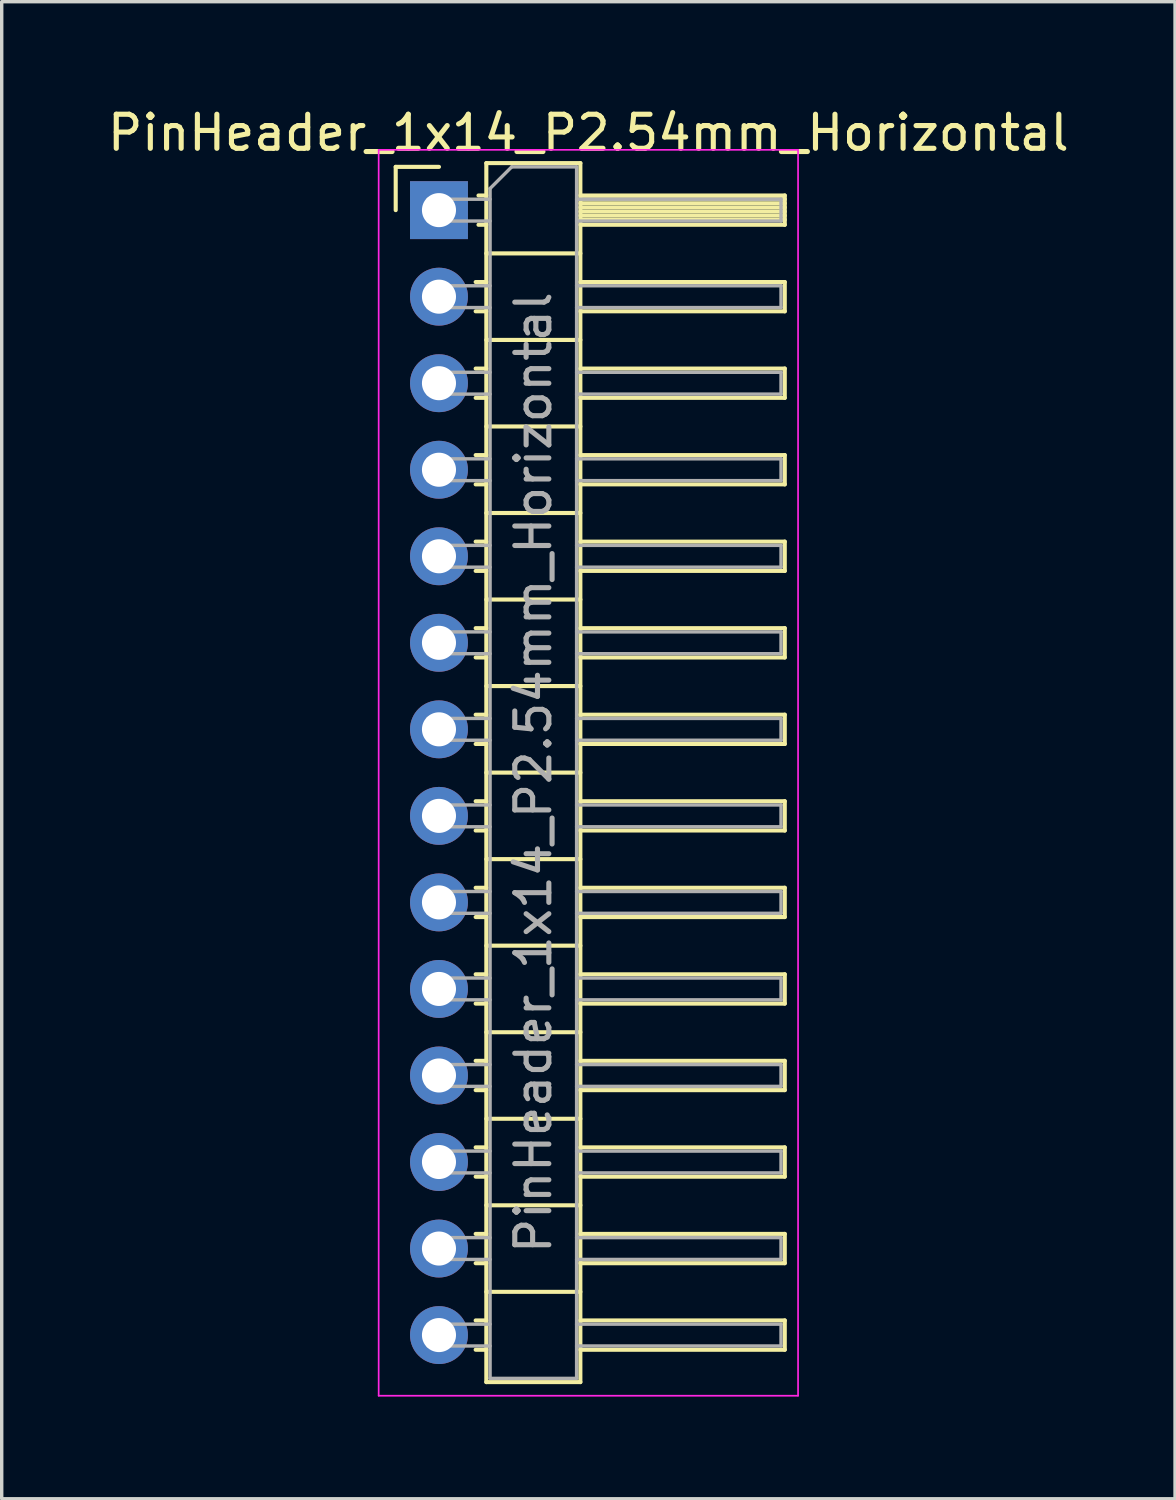
<source format=kicad_pcb>
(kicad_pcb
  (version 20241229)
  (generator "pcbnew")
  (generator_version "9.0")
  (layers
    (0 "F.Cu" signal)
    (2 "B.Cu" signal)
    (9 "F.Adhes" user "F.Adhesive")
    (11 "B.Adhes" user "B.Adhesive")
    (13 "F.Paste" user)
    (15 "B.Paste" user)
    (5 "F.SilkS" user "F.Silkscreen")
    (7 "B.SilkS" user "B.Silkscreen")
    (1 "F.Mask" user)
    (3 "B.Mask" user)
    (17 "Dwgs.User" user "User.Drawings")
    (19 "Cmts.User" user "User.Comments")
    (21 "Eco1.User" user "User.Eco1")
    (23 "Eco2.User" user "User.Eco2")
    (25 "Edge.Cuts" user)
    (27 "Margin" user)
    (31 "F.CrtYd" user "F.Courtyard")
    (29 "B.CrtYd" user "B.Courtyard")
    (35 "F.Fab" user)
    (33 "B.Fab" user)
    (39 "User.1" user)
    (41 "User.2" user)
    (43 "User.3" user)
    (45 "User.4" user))
  (footprint "PinHeader_1x14_P2.54mm_Horizontal"
    (layer "F.Cu")
    (at 9.835 3.118)
    (property "Reference" "PinHeader_1x14_P2.54mm_Horizontal" (at 4.385 -2.27 0) (layer "F.SilkS") (effects (font (size 1 1) (thickness 0.15))))
    (attr through_hole)
    (fp_line (start -1.27 -1.27) (end 0 -1.27) (stroke (width 0.12) (type solid)) (layer "F.SilkS"))
    (fp_line (start -1.27 0) (end -1.27 -1.27) (stroke (width 0.12) (type solid)) (layer "F.SilkS"))
    (fp_line (start 1.077 2.11) (end 1.39 2.11) (stroke (width 0.12) (type solid)) (layer "F.SilkS"))
    (fp_line (start 1.077 2.97) (end 1.39 2.97) (stroke (width 0.12) (type solid)) (layer "F.SilkS"))
    (fp_line (start 1.077 4.65) (end 1.39 4.65) (stroke (width 0.12) (type solid)) (layer "F.SilkS"))
    (fp_line (start 1.077 5.51) (end 1.39 5.51) (stroke (width 0.12) (type solid)) (layer "F.SilkS"))
    (fp_line (start 1.077 7.19) (end 1.39 7.19) (stroke (width 0.12) (type solid)) (layer "F.SilkS"))
    (fp_line (start 1.077 8.05) (end 1.39 8.05) (stroke (width 0.12) (type solid)) (layer "F.SilkS"))
    (fp_line (start 1.077 9.73) (end 1.39 9.73) (stroke (width 0.12) (type solid)) (layer "F.SilkS"))
    (fp_line (start 1.077 10.59) (end 1.39 10.59) (stroke (width 0.12) (type solid)) (layer "F.SilkS"))
    (fp_line (start 1.077 12.27) (end 1.39 12.27) (stroke (width 0.12) (type solid)) (layer "F.SilkS"))
    (fp_line (start 1.077 13.13) (end 1.39 13.13) (stroke (width 0.12) (type solid)) (layer "F.SilkS"))
    (fp_line (start 1.077 14.81) (end 1.39 14.81) (stroke (width 0.12) (type solid)) (layer "F.SilkS"))
    (fp_line (start 1.077 15.67) (end 1.39 15.67) (stroke (width 0.12) (type solid)) (layer "F.SilkS"))
    (fp_line (start 1.077 17.35) (end 1.39 17.35) (stroke (width 0.12) (type solid)) (layer "F.SilkS"))
    (fp_line (start 1.077 18.21) (end 1.39 18.21) (stroke (width 0.12) (type solid)) (layer "F.SilkS"))
    (fp_line (start 1.077 19.89) (end 1.39 19.89) (stroke (width 0.12) (type solid)) (layer "F.SilkS"))
    (fp_line (start 1.077 20.75) (end 1.39 20.75) (stroke (width 0.12) (type solid)) (layer "F.SilkS"))
    (fp_line (start 1.077 22.43) (end 1.39 22.43) (stroke (width 0.12) (type solid)) (layer "F.SilkS"))
    (fp_line (start 1.077 23.29) (end 1.39 23.29) (stroke (width 0.12) (type solid)) (layer "F.SilkS"))
    (fp_line (start 1.077 24.97) (end 1.39 24.97) (stroke (width 0.12) (type solid)) (layer "F.SilkS"))
    (fp_line (start 1.077 25.83) (end 1.39 25.83) (stroke (width 0.12) (type solid)) (layer "F.SilkS"))
    (fp_line (start 1.077 27.51) (end 1.39 27.51) (stroke (width 0.12) (type solid)) (layer "F.SilkS"))
    (fp_line (start 1.077 28.37) (end 1.39 28.37) (stroke (width 0.12) (type solid)) (layer "F.SilkS"))
    (fp_line (start 1.077 30.05) (end 1.39 30.05) (stroke (width 0.12) (type solid)) (layer "F.SilkS"))
    (fp_line (start 1.077 30.91) (end 1.39 30.91) (stroke (width 0.12) (type solid)) (layer "F.SilkS"))
    (fp_line (start 1.077 32.59) (end 1.39 32.59) (stroke (width 0.12) (type solid)) (layer "F.SilkS"))
    (fp_line (start 1.077 33.45) (end 1.39 33.45) (stroke (width 0.12) (type solid)) (layer "F.SilkS"))
    (fp_line (start 1.16 -0.43) (end 1.39 -0.43) (stroke (width 0.12) (type solid)) (layer "F.SilkS"))
    (fp_line (start 1.16 0.43) (end 1.39 0.43) (stroke (width 0.12) (type solid)) (layer "F.SilkS"))
    (fp_line (start 1.39 -1.38) (end 1.39 34.4) (stroke (width 0.12) (type solid)) (layer "F.SilkS"))
    (fp_line (start 1.39 1.27) (end 4.15 1.27) (stroke (width 0.12) (type solid)) (layer "F.SilkS"))
    (fp_line (start 1.39 3.81) (end 4.15 3.81) (stroke (width 0.12) (type solid)) (layer "F.SilkS"))
    (fp_line (start 1.39 6.35) (end 4.15 6.35) (stroke (width 0.12) (type solid)) (layer "F.SilkS"))
    (fp_line (start 1.39 8.89) (end 4.15 8.89) (stroke (width 0.12) (type solid)) (layer "F.SilkS"))
    (fp_line (start 1.39 11.43) (end 4.15 11.43) (stroke (width 0.12) (type solid)) (layer "F.SilkS"))
    (fp_line (start 1.39 13.97) (end 4.15 13.97) (stroke (width 0.12) (type solid)) (layer "F.SilkS"))
    (fp_line (start 1.39 16.51) (end 4.15 16.51) (stroke (width 0.12) (type solid)) (layer "F.SilkS"))
    (fp_line (start 1.39 19.05) (end 4.15 19.05) (stroke (width 0.12) (type solid)) (layer "F.SilkS"))
    (fp_line (start 1.39 21.59) (end 4.15 21.59) (stroke (width 0.12) (type solid)) (layer "F.SilkS"))
    (fp_line (start 1.39 24.13) (end 4.15 24.13) (stroke (width 0.12) (type solid)) (layer "F.SilkS"))
    (fp_line (start 1.39 26.67) (end 4.15 26.67) (stroke (width 0.12) (type solid)) (layer "F.SilkS"))
    (fp_line (start 1.39 29.21) (end 4.15 29.21) (stroke (width 0.12) (type solid)) (layer "F.SilkS"))
    (fp_line (start 1.39 31.75) (end 4.15 31.75) (stroke (width 0.12) (type solid)) (layer "F.SilkS"))
    (fp_line (start 1.39 34.4) (end 4.15 34.4) (stroke (width 0.12) (type solid)) (layer "F.SilkS"))
    (fp_line (start 4.15 -1.38) (end 1.39 -1.38) (stroke (width 0.12) (type solid)) (layer "F.SilkS"))
    (fp_line (start 4.15 -0.43) (end 10.15 -0.43) (stroke (width 0.12) (type solid)) (layer "F.SilkS"))
    (fp_line (start 4.15 -0.32) (end 10.15 -0.32) (stroke (width 0.12) (type solid)) (layer "F.SilkS"))
    (fp_line (start 4.15 -0.2) (end 10.15 -0.2) (stroke (width 0.12) (type solid)) (layer "F.SilkS"))
    (fp_line (start 4.15 -0.08) (end 10.15 -0.08) (stroke (width 0.12) (type solid)) (layer "F.SilkS"))
    (fp_line (start 4.15 0.04) (end 10.15 0.04) (stroke (width 0.12) (type solid)) (layer "F.SilkS"))
    (fp_line (start 4.15 0.16) (end 10.15 0.16) (stroke (width 0.12) (type solid)) (layer "F.SilkS"))
    (fp_line (start 4.15 0.28) (end 10.15 0.28) (stroke (width 0.12) (type solid)) (layer "F.SilkS"))
    (fp_line (start 4.15 2.11) (end 10.15 2.11) (stroke (width 0.12) (type solid)) (layer "F.SilkS"))
    (fp_line (start 4.15 4.65) (end 10.15 4.65) (stroke (width 0.12) (type solid)) (layer "F.SilkS"))
    (fp_line (start 4.15 7.19) (end 10.15 7.19) (stroke (width 0.12) (type solid)) (layer "F.SilkS"))
    (fp_line (start 4.15 9.73) (end 10.15 9.73) (stroke (width 0.12) (type solid)) (layer "F.SilkS"))
    (fp_line (start 4.15 12.27) (end 10.15 12.27) (stroke (width 0.12) (type solid)) (layer "F.SilkS"))
    (fp_line (start 4.15 14.81) (end 10.15 14.81) (stroke (width 0.12) (type solid)) (layer "F.SilkS"))
    (fp_line (start 4.15 17.35) (end 10.15 17.35) (stroke (width 0.12) (type solid)) (layer "F.SilkS"))
    (fp_line (start 4.15 19.89) (end 10.15 19.89) (stroke (width 0.12) (type solid)) (layer "F.SilkS"))
    (fp_line (start 4.15 22.43) (end 10.15 22.43) (stroke (width 0.12) (type solid)) (layer "F.SilkS"))
    (fp_line (start 4.15 24.97) (end 10.15 24.97) (stroke (width 0.12) (type solid)) (layer "F.SilkS"))
    (fp_line (start 4.15 27.51) (end 10.15 27.51) (stroke (width 0.12) (type solid)) (layer "F.SilkS"))
    (fp_line (start 4.15 30.05) (end 10.15 30.05) (stroke (width 0.12) (type solid)) (layer "F.SilkS"))
    (fp_line (start 4.15 32.59) (end 10.15 32.59) (stroke (width 0.12) (type solid)) (layer "F.SilkS"))
    (fp_line (start 4.15 34.4) (end 4.15 -1.38) (stroke (width 0.12) (type solid)) (layer "F.SilkS"))
    (fp_line (start 10.15 -0.43) (end 10.15 0.43) (stroke (width 0.12) (type solid)) (layer "F.SilkS"))
    (fp_line (start 10.15 0.43) (end 4.15 0.43) (stroke (width 0.12) (type solid)) (layer "F.SilkS"))
    (fp_line (start 10.15 2.11) (end 10.15 2.97) (stroke (width 0.12) (type solid)) (layer "F.SilkS"))
    (fp_line (start 10.15 2.97) (end 4.15 2.97) (stroke (width 0.12) (type solid)) (layer "F.SilkS"))
    (fp_line (start 10.15 4.65) (end 10.15 5.51) (stroke (width 0.12) (type solid)) (layer "F.SilkS"))
    (fp_line (start 10.15 5.51) (end 4.15 5.51) (stroke (width 0.12) (type solid)) (layer "F.SilkS"))
    (fp_line (start 10.15 7.19) (end 10.15 8.05) (stroke (width 0.12) (type solid)) (layer "F.SilkS"))
    (fp_line (start 10.15 8.05) (end 4.15 8.05) (stroke (width 0.12) (type solid)) (layer "F.SilkS"))
    (fp_line (start 10.15 9.73) (end 10.15 10.59) (stroke (width 0.12) (type solid)) (layer "F.SilkS"))
    (fp_line (start 10.15 10.59) (end 4.15 10.59) (stroke (width 0.12) (type solid)) (layer "F.SilkS"))
    (fp_line (start 10.15 12.27) (end 10.15 13.13) (stroke (width 0.12) (type solid)) (layer "F.SilkS"))
    (fp_line (start 10.15 13.13) (end 4.15 13.13) (stroke (width 0.12) (type solid)) (layer "F.SilkS"))
    (fp_line (start 10.15 14.81) (end 10.15 15.67) (stroke (width 0.12) (type solid)) (layer "F.SilkS"))
    (fp_line (start 10.15 15.67) (end 4.15 15.67) (stroke (width 0.12) (type solid)) (layer "F.SilkS"))
    (fp_line (start 10.15 17.35) (end 10.15 18.21) (stroke (width 0.12) (type solid)) (layer "F.SilkS"))
    (fp_line (start 10.15 18.21) (end 4.15 18.21) (stroke (width 0.12) (type solid)) (layer "F.SilkS"))
    (fp_line (start 10.15 19.89) (end 10.15 20.75) (stroke (width 0.12) (type solid)) (layer "F.SilkS"))
    (fp_line (start 10.15 20.75) (end 4.15 20.75) (stroke (width 0.12) (type solid)) (layer "F.SilkS"))
    (fp_line (start 10.15 22.43) (end 10.15 23.29) (stroke (width 0.12) (type solid)) (layer "F.SilkS"))
    (fp_line (start 10.15 23.29) (end 4.15 23.29) (stroke (width 0.12) (type solid)) (layer "F.SilkS"))
    (fp_line (start 10.15 24.97) (end 10.15 25.83) (stroke (width 0.12) (type solid)) (layer "F.SilkS"))
    (fp_line (start 10.15 25.83) (end 4.15 25.83) (stroke (width 0.12) (type solid)) (layer "F.SilkS"))
    (fp_line (start 10.15 27.51) (end 10.15 28.37) (stroke (width 0.12) (type solid)) (layer "F.SilkS"))
    (fp_line (start 10.15 28.37) (end 4.15 28.37) (stroke (width 0.12) (type solid)) (layer "F.SilkS"))
    (fp_line (start 10.15 30.05) (end 10.15 30.91) (stroke (width 0.12) (type solid)) (layer "F.SilkS"))
    (fp_line (start 10.15 30.91) (end 4.15 30.91) (stroke (width 0.12) (type solid)) (layer "F.SilkS"))
    (fp_line (start 10.15 32.59) (end 10.15 33.45) (stroke (width 0.12) (type solid)) (layer "F.SilkS"))
    (fp_line (start 10.15 33.45) (end 4.15 33.45) (stroke (width 0.12) (type solid)) (layer "F.SilkS"))
    (fp_line (start -1.77 -1.77) (end -1.77 34.8) (stroke (width 0.05) (type solid)) (layer "F.CrtYd"))
    (fp_line (start -1.77 34.8) (end 10.54 34.8) (stroke (width 0.05) (type solid)) (layer "F.CrtYd"))
    (fp_line (start 10.54 -1.77) (end -1.77 -1.77) (stroke (width 0.05) (type solid)) (layer "F.CrtYd"))
    (fp_line (start 10.54 34.8) (end 10.54 -1.77) (stroke (width 0.05) (type solid)) (layer "F.CrtYd"))
    (fp_line (start -0.32 -0.32) (end -0.32 0.32) (stroke (width 0.1) (type solid)) (layer "F.Fab"))
    (fp_line (start -0.32 -0.32) (end 1.5 -0.32) (stroke (width 0.1) (type solid)) (layer "F.Fab"))
    (fp_line (start -0.32 0.32) (end 1.5 0.32) (stroke (width 0.1) (type solid)) (layer "F.Fab"))
    (fp_line (start -0.32 2.22) (end -0.32 2.86) (stroke (width 0.1) (type solid)) (layer "F.Fab"))
    (fp_line (start -0.32 2.22) (end 1.5 2.22) (stroke (width 0.1) (type solid)) (layer "F.Fab"))
    (fp_line (start -0.32 2.86) (end 1.5 2.86) (stroke (width 0.1) (type solid)) (layer "F.Fab"))
    (fp_line (start -0.32 4.76) (end -0.32 5.4) (stroke (width 0.1) (type solid)) (layer "F.Fab"))
    (fp_line (start -0.32 4.76) (end 1.5 4.76) (stroke (width 0.1) (type solid)) (layer "F.Fab"))
    (fp_line (start -0.32 5.4) (end 1.5 5.4) (stroke (width 0.1) (type solid)) (layer "F.Fab"))
    (fp_line (start -0.32 7.3) (end -0.32 7.94) (stroke (width 0.1) (type solid)) (layer "F.Fab"))
    (fp_line (start -0.32 7.3) (end 1.5 7.3) (stroke (width 0.1) (type solid)) (layer "F.Fab"))
    (fp_line (start -0.32 7.94) (end 1.5 7.94) (stroke (width 0.1) (type solid)) (layer "F.Fab"))
    (fp_line (start -0.32 9.84) (end -0.32 10.48) (stroke (width 0.1) (type solid)) (layer "F.Fab"))
    (fp_line (start -0.32 9.84) (end 1.5 9.84) (stroke (width 0.1) (type solid)) (layer "F.Fab"))
    (fp_line (start -0.32 10.48) (end 1.5 10.48) (stroke (width 0.1) (type solid)) (layer "F.Fab"))
    (fp_line (start -0.32 12.38) (end -0.32 13.02) (stroke (width 0.1) (type solid)) (layer "F.Fab"))
    (fp_line (start -0.32 12.38) (end 1.5 12.38) (stroke (width 0.1) (type solid)) (layer "F.Fab"))
    (fp_line (start -0.32 13.02) (end 1.5 13.02) (stroke (width 0.1) (type solid)) (layer "F.Fab"))
    (fp_line (start -0.32 14.92) (end -0.32 15.56) (stroke (width 0.1) (type solid)) (layer "F.Fab"))
    (fp_line (start -0.32 14.92) (end 1.5 14.92) (stroke (width 0.1) (type solid)) (layer "F.Fab"))
    (fp_line (start -0.32 15.56) (end 1.5 15.56) (stroke (width 0.1) (type solid)) (layer "F.Fab"))
    (fp_line (start -0.32 17.46) (end -0.32 18.1) (stroke (width 0.1) (type solid)) (layer "F.Fab"))
    (fp_line (start -0.32 17.46) (end 1.5 17.46) (stroke (width 0.1) (type solid)) (layer "F.Fab"))
    (fp_line (start -0.32 18.1) (end 1.5 18.1) (stroke (width 0.1) (type solid)) (layer "F.Fab"))
    (fp_line (start -0.32 20) (end -0.32 20.64) (stroke (width 0.1) (type solid)) (layer "F.Fab"))
    (fp_line (start -0.32 20) (end 1.5 20) (stroke (width 0.1) (type solid)) (layer "F.Fab"))
    (fp_line (start -0.32 20.64) (end 1.5 20.64) (stroke (width 0.1) (type solid)) (layer "F.Fab"))
    (fp_line (start -0.32 22.54) (end -0.32 23.18) (stroke (width 0.1) (type solid)) (layer "F.Fab"))
    (fp_line (start -0.32 22.54) (end 1.5 22.54) (stroke (width 0.1) (type solid)) (layer "F.Fab"))
    (fp_line (start -0.32 23.18) (end 1.5 23.18) (stroke (width 0.1) (type solid)) (layer "F.Fab"))
    (fp_line (start -0.32 25.08) (end -0.32 25.72) (stroke (width 0.1) (type solid)) (layer "F.Fab"))
    (fp_line (start -0.32 25.08) (end 1.5 25.08) (stroke (width 0.1) (type solid)) (layer "F.Fab"))
    (fp_line (start -0.32 25.72) (end 1.5 25.72) (stroke (width 0.1) (type solid)) (layer "F.Fab"))
    (fp_line (start -0.32 27.62) (end -0.32 28.26) (stroke (width 0.1) (type solid)) (layer "F.Fab"))
    (fp_line (start -0.32 27.62) (end 1.5 27.62) (stroke (width 0.1) (type solid)) (layer "F.Fab"))
    (fp_line (start -0.32 28.26) (end 1.5 28.26) (stroke (width 0.1) (type solid)) (layer "F.Fab"))
    (fp_line (start -0.32 30.16) (end -0.32 30.8) (stroke (width 0.1) (type solid)) (layer "F.Fab"))
    (fp_line (start -0.32 30.16) (end 1.5 30.16) (stroke (width 0.1) (type solid)) (layer "F.Fab"))
    (fp_line (start -0.32 30.8) (end 1.5 30.8) (stroke (width 0.1) (type solid)) (layer "F.Fab"))
    (fp_line (start -0.32 32.7) (end -0.32 33.34) (stroke (width 0.1) (type solid)) (layer "F.Fab"))
    (fp_line (start -0.32 32.7) (end 1.5 32.7) (stroke (width 0.1) (type solid)) (layer "F.Fab"))
    (fp_line (start -0.32 33.34) (end 1.5 33.34) (stroke (width 0.1) (type solid)) (layer "F.Fab"))
    (fp_line (start 1.5 -0.635) (end 2.135 -1.27) (stroke (width 0.1) (type solid)) (layer "F.Fab"))
    (fp_line (start 1.5 34.29) (end 1.5 -0.635) (stroke (width 0.1) (type solid)) (layer "F.Fab"))
    (fp_line (start 2.135 -1.27) (end 4.04 -1.27) (stroke (width 0.1) (type solid)) (layer "F.Fab"))
    (fp_line (start 4.04 -1.27) (end 4.04 34.29) (stroke (width 0.1) (type solid)) (layer "F.Fab"))
    (fp_line (start 4.04 -0.32) (end 10.04 -0.32) (stroke (width 0.1) (type solid)) (layer "F.Fab"))
    (fp_line (start 4.04 0.32) (end 10.04 0.32) (stroke (width 0.1) (type solid)) (layer "F.Fab"))
    (fp_line (start 4.04 2.22) (end 10.04 2.22) (stroke (width 0.1) (type solid)) (layer "F.Fab"))
    (fp_line (start 4.04 2.86) (end 10.04 2.86) (stroke (width 0.1) (type solid)) (layer "F.Fab"))
    (fp_line (start 4.04 4.76) (end 10.04 4.76) (stroke (width 0.1) (type solid)) (layer "F.Fab"))
    (fp_line (start 4.04 5.4) (end 10.04 5.4) (stroke (width 0.1) (type solid)) (layer "F.Fab"))
    (fp_line (start 4.04 7.3) (end 10.04 7.3) (stroke (width 0.1) (type solid)) (layer "F.Fab"))
    (fp_line (start 4.04 7.94) (end 10.04 7.94) (stroke (width 0.1) (type solid)) (layer "F.Fab"))
    (fp_line (start 4.04 9.84) (end 10.04 9.84) (stroke (width 0.1) (type solid)) (layer "F.Fab"))
    (fp_line (start 4.04 10.48) (end 10.04 10.48) (stroke (width 0.1) (type solid)) (layer "F.Fab"))
    (fp_line (start 4.04 12.38) (end 10.04 12.38) (stroke (width 0.1) (type solid)) (layer "F.Fab"))
    (fp_line (start 4.04 13.02) (end 10.04 13.02) (stroke (width 0.1) (type solid)) (layer "F.Fab"))
    (fp_line (start 4.04 14.92) (end 10.04 14.92) (stroke (width 0.1) (type solid)) (layer "F.Fab"))
    (fp_line (start 4.04 15.56) (end 10.04 15.56) (stroke (width 0.1) (type solid)) (layer "F.Fab"))
    (fp_line (start 4.04 17.46) (end 10.04 17.46) (stroke (width 0.1) (type solid)) (layer "F.Fab"))
    (fp_line (start 4.04 18.1) (end 10.04 18.1) (stroke (width 0.1) (type solid)) (layer "F.Fab"))
    (fp_line (start 4.04 20) (end 10.04 20) (stroke (width 0.1) (type solid)) (layer "F.Fab"))
    (fp_line (start 4.04 20.64) (end 10.04 20.64) (stroke (width 0.1) (type solid)) (layer "F.Fab"))
    (fp_line (start 4.04 22.54) (end 10.04 22.54) (stroke (width 0.1) (type solid)) (layer "F.Fab"))
    (fp_line (start 4.04 23.18) (end 10.04 23.18) (stroke (width 0.1) (type solid)) (layer "F.Fab"))
    (fp_line (start 4.04 25.08) (end 10.04 25.08) (stroke (width 0.1) (type solid)) (layer "F.Fab"))
    (fp_line (start 4.04 25.72) (end 10.04 25.72) (stroke (width 0.1) (type solid)) (layer "F.Fab"))
    (fp_line (start 4.04 27.62) (end 10.04 27.62) (stroke (width 0.1) (type solid)) (layer "F.Fab"))
    (fp_line (start 4.04 28.26) (end 10.04 28.26) (stroke (width 0.1) (type solid)) (layer "F.Fab"))
    (fp_line (start 4.04 30.16) (end 10.04 30.16) (stroke (width 0.1) (type solid)) (layer "F.Fab"))
    (fp_line (start 4.04 30.8) (end 10.04 30.8) (stroke (width 0.1) (type solid)) (layer "F.Fab"))
    (fp_line (start 4.04 32.7) (end 10.04 32.7) (stroke (width 0.1) (type solid)) (layer "F.Fab"))
    (fp_line (start 4.04 33.34) (end 10.04 33.34) (stroke (width 0.1) (type solid)) (layer "F.Fab"))
    (fp_line (start 4.04 34.29) (end 1.5 34.29) (stroke (width 0.1) (type solid)) (layer "F.Fab"))
    (fp_line (start 10.04 -0.32) (end 10.04 0.32) (stroke (width 0.1) (type solid)) (layer "F.Fab"))
    (fp_line (start 10.04 2.22) (end 10.04 2.86) (stroke (width 0.1) (type solid)) (layer "F.Fab"))
    (fp_line (start 10.04 4.76) (end 10.04 5.4) (stroke (width 0.1) (type solid)) (layer "F.Fab"))
    (fp_line (start 10.04 7.3) (end 10.04 7.94) (stroke (width 0.1) (type solid)) (layer "F.Fab"))
    (fp_line (start 10.04 9.84) (end 10.04 10.48) (stroke (width 0.1) (type solid)) (layer "F.Fab"))
    (fp_line (start 10.04 12.38) (end 10.04 13.02) (stroke (width 0.1) (type solid)) (layer "F.Fab"))
    (fp_line (start 10.04 14.92) (end 10.04 15.56) (stroke (width 0.1) (type solid)) (layer "F.Fab"))
    (fp_line (start 10.04 17.46) (end 10.04 18.1) (stroke (width 0.1) (type solid)) (layer "F.Fab"))
    (fp_line (start 10.04 20) (end 10.04 20.64) (stroke (width 0.1) (type solid)) (layer "F.Fab"))
    (fp_line (start 10.04 22.54) (end 10.04 23.18) (stroke (width 0.1) (type solid)) (layer "F.Fab"))
    (fp_line (start 10.04 25.08) (end 10.04 25.72) (stroke (width 0.1) (type solid)) (layer "F.Fab"))
    (fp_line (start 10.04 27.62) (end 10.04 28.26) (stroke (width 0.1) (type solid)) (layer "F.Fab"))
    (fp_line (start 10.04 30.16) (end 10.04 30.8) (stroke (width 0.1) (type solid)) (layer "F.Fab"))
    (fp_line (start 10.04 32.7) (end 10.04 33.34) (stroke (width 0.1) (type solid)) (layer "F.Fab"))
    (fp_text user "${REFERENCE}" (at 2.77 16.51 90) (layer "F.Fab") (effects (font (size 1 1) (thickness 0.15))))
    (pad "1" thru_hole rect (at 0 0) (size 1.7 1.7) (drill 1) (layers "*.Cu" "*.Mask"))
    (pad "2" thru_hole circle (at 0 2.54) (size 1.7 1.7) (drill 1) (layers "*.Cu" "*.Mask"))
    (pad "3" thru_hole circle (at 0 5.08) (size 1.7 1.7) (drill 1) (layers "*.Cu" "*.Mask"))
    (pad "4" thru_hole circle (at 0 7.62) (size 1.7 1.7) (drill 1) (layers "*.Cu" "*.Mask"))
    (pad "5" thru_hole circle (at 0 10.16) (size 1.7 1.7) (drill 1) (layers "*.Cu" "*.Mask"))
    (pad "6" thru_hole circle (at 0 12.7) (size 1.7 1.7) (drill 1) (layers "*.Cu" "*.Mask"))
    (pad "7" thru_hole circle (at 0 15.24) (size 1.7 1.7) (drill 1) (layers "*.Cu" "*.Mask"))
    (pad "8" thru_hole circle (at 0 17.78) (size 1.7 1.7) (drill 1) (layers "*.Cu" "*.Mask"))
    (pad "9" thru_hole circle (at 0 20.32) (size 1.7 1.7) (drill 1) (layers "*.Cu" "*.Mask"))
    (pad "10" thru_hole circle (at 0 22.86) (size 1.7 1.7) (drill 1) (layers "*.Cu" "*.Mask"))
    (pad "11" thru_hole circle (at 0 25.4) (size 1.7 1.7) (drill 1) (layers "*.Cu" "*.Mask"))
    (pad "12" thru_hole circle (at 0 27.94) (size 1.7 1.7) (drill 1) (layers "*.Cu" "*.Mask"))
    (pad "13" thru_hole circle (at 0 30.48) (size 1.7 1.7) (drill 1) (layers "*.Cu" "*.Mask"))
    (pad "14" thru_hole circle (at 0 33.02) (size 1.7 1.7) (drill 1) (layers "*.Cu" "*.Mask")))
  (gr_rect
    (start -3 -3)
    (end 31.44 40.943)
    (stroke (width 0.1) (type default))
    (fill no)
    (layer "Edge.Cuts")))
</source>
